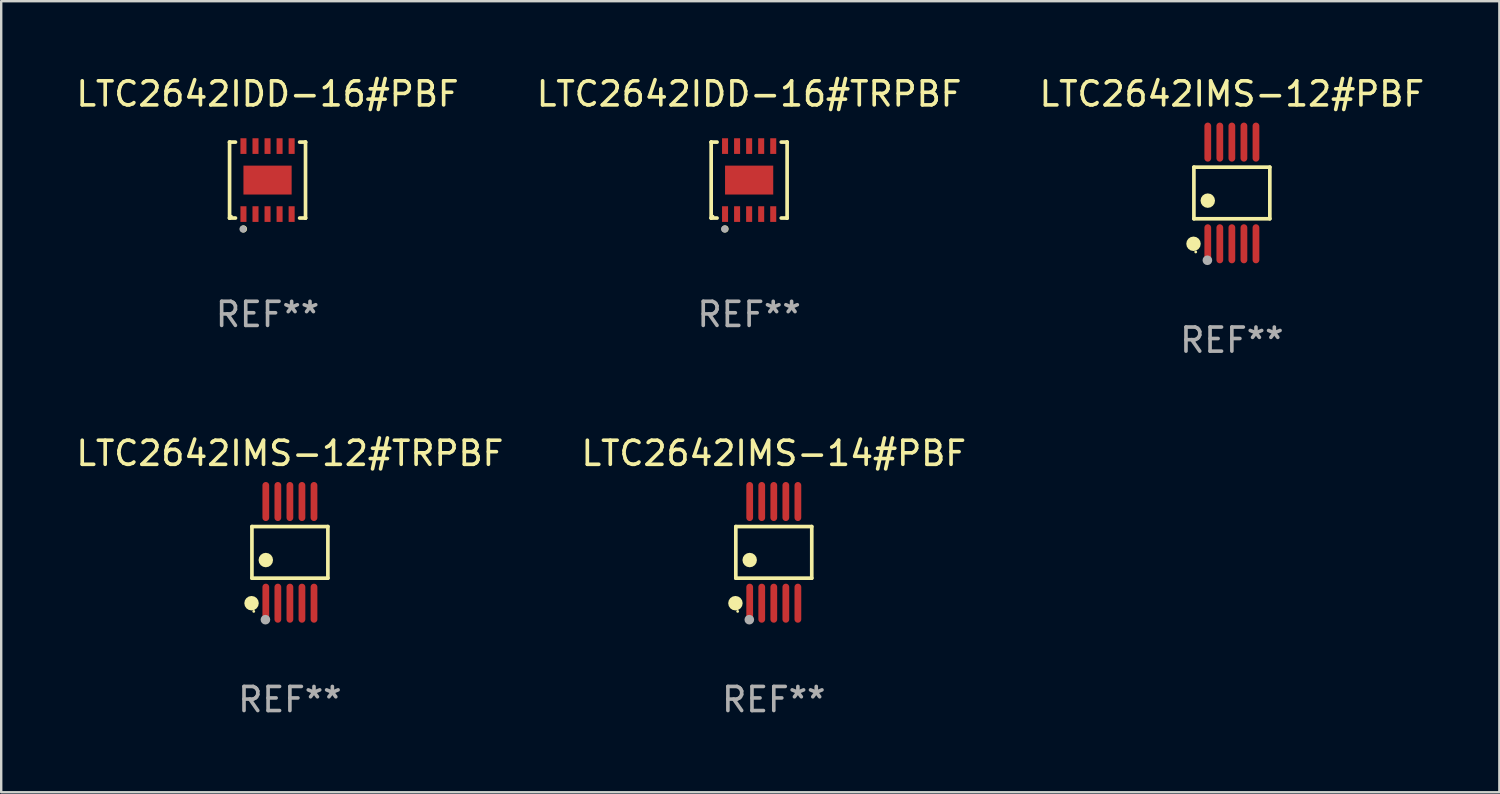
<source format=kicad_pcb>
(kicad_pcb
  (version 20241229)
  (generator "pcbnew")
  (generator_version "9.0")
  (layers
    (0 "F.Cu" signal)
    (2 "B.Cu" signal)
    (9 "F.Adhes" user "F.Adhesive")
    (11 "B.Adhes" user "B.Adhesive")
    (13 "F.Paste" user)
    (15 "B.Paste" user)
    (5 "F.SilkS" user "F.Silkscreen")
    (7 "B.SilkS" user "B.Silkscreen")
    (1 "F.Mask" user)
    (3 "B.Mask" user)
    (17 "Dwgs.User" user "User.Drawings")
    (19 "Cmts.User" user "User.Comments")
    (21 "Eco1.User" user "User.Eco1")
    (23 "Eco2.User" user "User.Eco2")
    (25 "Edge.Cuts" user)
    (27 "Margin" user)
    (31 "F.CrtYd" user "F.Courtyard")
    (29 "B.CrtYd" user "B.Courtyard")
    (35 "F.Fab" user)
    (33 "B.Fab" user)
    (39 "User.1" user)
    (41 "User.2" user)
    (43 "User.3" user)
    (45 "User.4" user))
  (footprint "LTC2642IDD-16#TRPBF"
    (layer "F.Cu")
    (at 28.042 4.424)
    (property "Reference" "LTC2642IDD-16#TRPBF" (at 0 -3.576 0) (layer "F.SilkS") (effects (font (size 1 1) (thickness 0.15))))
    (attr through_hole)
    (fp_line (start -1.576 -1.576) (end -1.576 -1.576) (stroke (width 0.152) (type solid)) (layer "F.SilkS"))
    (fp_line (start -1.576 -1.576) (end -1.331 -1.576) (stroke (width 0.152) (type solid)) (layer "F.SilkS"))
    (fp_line (start -1.576 1.576) (end -1.576 -1.576) (stroke (width 0.152) (type solid)) (layer "F.SilkS"))
    (fp_line (start -1.576 1.576) (end -1.576 1.576) (stroke (width 0.152) (type solid)) (layer "F.SilkS"))
    (fp_line (start -1.331 1.576) (end -1.576 1.576) (stroke (width 0.152) (type solid)) (layer "F.SilkS"))
    (fp_line (start 1.331 1.576) (end 1.576 1.576) (stroke (width 0.152) (type solid)) (layer "F.SilkS"))
    (fp_line (start 1.576 -1.576) (end 1.331 -1.576) (stroke (width 0.152) (type solid)) (layer "F.SilkS"))
    (fp_line (start 1.576 -1.576) (end 1.576 -1.576) (stroke (width 0.152) (type solid)) (layer "F.SilkS"))
    (fp_line (start 1.576 1.576) (end 1.576 -1.576) (stroke (width 0.152) (type solid)) (layer "F.SilkS"))
    (fp_line (start 1.576 1.576) (end 1.576 1.576) (stroke (width 0.152) (type solid)) (layer "F.SilkS"))
    (fp_circle (center -1.5 1.5) (end -1.47 1.5) (stroke (width 0.06) (type solid)) (fill no) (layer "F.SilkS"))
    (fp_circle (center -1 2.028) (end -0.925 2.028) (stroke (width 0.15) (type solid)) (fill no) (layer "F.SilkS"))
    (fp_circle (center -1.016 2.032) (end -0.941 2.032) (stroke (width 0.15) (type solid)) (fill no) (layer "F.Fab"))
    (fp_text user "REF**" (at 0 5.576 0) (layer "F.Fab") (effects (font (size 1 1) (thickness 0.15))))
    (pad "1" smd rect (at -1 1.411) (size 0.25 0.65) (layers "F.Cu" "F.Mask" "F.Paste"))
    (pad "2" smd rect (at -0.5 1.411) (size 0.25 0.65) (layers "F.Cu" "F.Mask" "F.Paste"))
    (pad "3" smd rect (at 0 1.411) (size 0.25 0.65) (layers "F.Cu" "F.Mask" "F.Paste"))
    (pad "4" smd rect (at 0.5 1.411) (size 0.25 0.65) (layers "F.Cu" "F.Mask" "F.Paste"))
    (pad "5" smd rect (at 1 1.411) (size 0.25 0.65) (layers "F.Cu" "F.Mask" "F.Paste"))
    (pad "6" smd rect (at 1 -1.411) (size 0.25 0.65) (layers "F.Cu" "F.Mask" "F.Paste"))
    (pad "7" smd rect (at 0.5 -1.411) (size 0.25 0.65) (layers "F.Cu" "F.Mask" "F.Paste"))
    (pad "8" smd rect (at 0 -1.411) (size 0.25 0.65) (layers "F.Cu" "F.Mask" "F.Paste"))
    (pad "9" smd rect (at -0.5 -1.411) (size 0.25 0.65) (layers "F.Cu" "F.Mask" "F.Paste"))
    (pad "10" smd rect (at -1 -1.411) (size 0.25 0.65) (layers "F.Cu" "F.Mask" "F.Paste"))
    (pad "11" smd rect (at 0 0) (size 2 1.2) (layers "F.Cu" "F.Mask" "F.Paste")))
  (footprint "LTC2642IMS-14#PBF"
    (layer "F.Cu")
    (at 29.065 19.875)
    (property "Reference" "LTC2642IMS-14#PBF" (at 0 -4.11 0) (layer "F.SilkS") (effects (font (size 1 1) (thickness 0.15))))
    (attr through_hole)
    (fp_line (start -1.576 -1.071) (end 1.576 -1.071) (stroke (width 0.152) (type solid)) (layer "F.SilkS"))
    (fp_line (start -1.576 1.071) (end -1.576 -1.071) (stroke (width 0.152) (type solid)) (layer "F.SilkS"))
    (fp_line (start 1.576 -1.071) (end 1.576 1.071) (stroke (width 0.152) (type solid)) (layer "F.SilkS"))
    (fp_line (start 1.576 1.071) (end -1.576 1.071) (stroke (width 0.152) (type solid)) (layer "F.SilkS"))
    (fp_circle (center -1.592 2.11) (end -1.442 2.11) (stroke (width 0.3) (type solid)) (fill no) (layer "F.SilkS"))
    (fp_circle (center -1.5 2.45) (end -1.47 2.45) (stroke (width 0.06) (type solid)) (fill no) (layer "F.SilkS"))
    (fp_circle (center -1 0.319) (end -0.85 0.319) (stroke (width 0.3) (type solid)) (fill no) (layer "F.SilkS"))
    (fp_circle (center -1.016 2.794) (end -0.916 2.794) (stroke (width 0.2) (type solid)) (fill no) (layer "F.Fab"))
    (fp_text user "REF**" (at 0 6.11 0) (layer "F.Fab") (effects (font (size 1 1) (thickness 0.15))))
    (pad "1" smd oval (at -1 2.11) (size 0.28 1.62) (layers "F.Cu" "F.Mask" "F.Paste"))
    (pad "2" smd oval (at -0.5 2.11) (size 0.28 1.62) (layers "F.Cu" "F.Mask" "F.Paste"))
    (pad "3" smd oval (at 0 2.11) (size 0.28 1.62) (layers "F.Cu" "F.Mask" "F.Paste"))
    (pad "4" smd oval (at 0.5 2.11) (size 0.28 1.62) (layers "F.Cu" "F.Mask" "F.Paste"))
    (pad "5" smd oval (at 1 2.11) (size 0.28 1.62) (layers "F.Cu" "F.Mask" "F.Paste"))
    (pad "6" smd oval (at 1 -2.11) (size 0.28 1.62) (layers "F.Cu" "F.Mask" "F.Paste"))
    (pad "7" smd oval (at 0.5 -2.11) (size 0.28 1.62) (layers "F.Cu" "F.Mask" "F.Paste"))
    (pad "8" smd oval (at 0 -2.11) (size 0.28 1.62) (layers "F.Cu" "F.Mask" "F.Paste"))
    (pad "9" smd oval (at -0.5 -2.11) (size 0.28 1.62) (layers "F.Cu" "F.Mask" "F.Paste"))
    (pad "10" smd oval (at -1 -2.11) (size 0.28 1.62) (layers "F.Cu" "F.Mask" "F.Paste")))
  (footprint "LTC2642IMS-12#TRPBF"
    (layer "F.Cu")
    (at 8.982 19.875)
    (property "Reference" "LTC2642IMS-12#TRPBF" (at 0 -4.11 0) (layer "F.SilkS") (effects (font (size 1 1) (thickness 0.15))))
    (attr through_hole)
    (fp_line (start -1.576 -1.071) (end 1.576 -1.071) (stroke (width 0.152) (type solid)) (layer "F.SilkS"))
    (fp_line (start -1.576 1.071) (end -1.576 -1.071) (stroke (width 0.152) (type solid)) (layer "F.SilkS"))
    (fp_line (start 1.576 -1.071) (end 1.576 1.071) (stroke (width 0.152) (type solid)) (layer "F.SilkS"))
    (fp_line (start 1.576 1.071) (end -1.576 1.071) (stroke (width 0.152) (type solid)) (layer "F.SilkS"))
    (fp_circle (center -1.592 2.11) (end -1.442 2.11) (stroke (width 0.3) (type solid)) (fill no) (layer "F.SilkS"))
    (fp_circle (center -1.5 2.45) (end -1.47 2.45) (stroke (width 0.06) (type solid)) (fill no) (layer "F.SilkS"))
    (fp_circle (center -1 0.319) (end -0.85 0.319) (stroke (width 0.3) (type solid)) (fill no) (layer "F.SilkS"))
    (fp_circle (center -1.016 2.794) (end -0.916 2.794) (stroke (width 0.2) (type solid)) (fill no) (layer "F.Fab"))
    (fp_text user "REF**" (at 0 6.11 0) (layer "F.Fab") (effects (font (size 1 1) (thickness 0.15))))
    (pad "1" smd oval (at -1 2.11) (size 0.28 1.62) (layers "F.Cu" "F.Mask" "F.Paste"))
    (pad "2" smd oval (at -0.5 2.11) (size 0.28 1.62) (layers "F.Cu" "F.Mask" "F.Paste"))
    (pad "3" smd oval (at 0 2.11) (size 0.28 1.62) (layers "F.Cu" "F.Mask" "F.Paste"))
    (pad "4" smd oval (at 0.5 2.11) (size 0.28 1.62) (layers "F.Cu" "F.Mask" "F.Paste"))
    (pad "5" smd oval (at 1 2.11) (size 0.28 1.62) (layers "F.Cu" "F.Mask" "F.Paste"))
    (pad "6" smd oval (at 1 -2.11) (size 0.28 1.62) (layers "F.Cu" "F.Mask" "F.Paste"))
    (pad "7" smd oval (at 0.5 -2.11) (size 0.28 1.62) (layers "F.Cu" "F.Mask" "F.Paste"))
    (pad "8" smd oval (at 0 -2.11) (size 0.28 1.62) (layers "F.Cu" "F.Mask" "F.Paste"))
    (pad "9" smd oval (at -0.5 -2.11) (size 0.28 1.62) (layers "F.Cu" "F.Mask" "F.Paste"))
    (pad "10" smd oval (at -1 -2.11) (size 0.28 1.62) (layers "F.Cu" "F.Mask" "F.Paste")))
  (footprint "LTC2642IDD-16#PBF"
    (layer "F.Cu")
    (at 8.054 4.424)
    (property "Reference" "LTC2642IDD-16#PBF" (at 0 -3.576 0) (layer "F.SilkS") (effects (font (size 1 1) (thickness 0.15))))
    (attr through_hole)
    (fp_line (start -1.576 -1.576) (end -1.576 -1.576) (stroke (width 0.152) (type solid)) (layer "F.SilkS"))
    (fp_line (start -1.576 -1.576) (end -1.331 -1.576) (stroke (width 0.152) (type solid)) (layer "F.SilkS"))
    (fp_line (start -1.576 1.576) (end -1.576 -1.576) (stroke (width 0.152) (type solid)) (layer "F.SilkS"))
    (fp_line (start -1.576 1.576) (end -1.576 1.576) (stroke (width 0.152) (type solid)) (layer "F.SilkS"))
    (fp_line (start -1.331 1.576) (end -1.576 1.576) (stroke (width 0.152) (type solid)) (layer "F.SilkS"))
    (fp_line (start 1.331 1.576) (end 1.576 1.576) (stroke (width 0.152) (type solid)) (layer "F.SilkS"))
    (fp_line (start 1.576 -1.576) (end 1.331 -1.576) (stroke (width 0.152) (type solid)) (layer "F.SilkS"))
    (fp_line (start 1.576 -1.576) (end 1.576 -1.576) (stroke (width 0.152) (type solid)) (layer "F.SilkS"))
    (fp_line (start 1.576 1.576) (end 1.576 -1.576) (stroke (width 0.152) (type solid)) (layer "F.SilkS"))
    (fp_line (start 1.576 1.576) (end 1.576 1.576) (stroke (width 0.152) (type solid)) (layer "F.SilkS"))
    (fp_circle (center -1.5 1.5) (end -1.47 1.5) (stroke (width 0.06) (type solid)) (fill no) (layer "F.SilkS"))
    (fp_circle (center -1 2.028) (end -0.925 2.028) (stroke (width 0.15) (type solid)) (fill no) (layer "F.SilkS"))
    (fp_circle (center -1.016 2.032) (end -0.941 2.032) (stroke (width 0.15) (type solid)) (fill no) (layer "F.Fab"))
    (fp_text user "REF**" (at 0 5.576 0) (layer "F.Fab") (effects (font (size 1 1) (thickness 0.15))))
    (pad "1" smd rect (at -1 1.411) (size 0.25 0.65) (layers "F.Cu" "F.Mask" "F.Paste"))
    (pad "2" smd rect (at -0.5 1.411) (size 0.25 0.65) (layers "F.Cu" "F.Mask" "F.Paste"))
    (pad "3" smd rect (at 0 1.411) (size 0.25 0.65) (layers "F.Cu" "F.Mask" "F.Paste"))
    (pad "4" smd rect (at 0.5 1.411) (size 0.25 0.65) (layers "F.Cu" "F.Mask" "F.Paste"))
    (pad "5" smd rect (at 1 1.411) (size 0.25 0.65) (layers "F.Cu" "F.Mask" "F.Paste"))
    (pad "6" smd rect (at 1 -1.411) (size 0.25 0.65) (layers "F.Cu" "F.Mask" "F.Paste"))
    (pad "7" smd rect (at 0.5 -1.411) (size 0.25 0.65) (layers "F.Cu" "F.Mask" "F.Paste"))
    (pad "8" smd rect (at 0 -1.411) (size 0.25 0.65) (layers "F.Cu" "F.Mask" "F.Paste"))
    (pad "9" smd rect (at -0.5 -1.411) (size 0.25 0.65) (layers "F.Cu" "F.Mask" "F.Paste"))
    (pad "10" smd rect (at -1 -1.411) (size 0.25 0.65) (layers "F.Cu" "F.Mask" "F.Paste"))
    (pad "11" smd rect (at 0 0) (size 2 1.2) (layers "F.Cu" "F.Mask" "F.Paste")))
  (footprint "LTC2642IMS-12#PBF"
    (layer "F.Cu")
    (at 48.077 4.958)
    (property "Reference" "LTC2642IMS-12#PBF" (at 0 -4.11 0) (layer "F.SilkS") (effects (font (size 1 1) (thickness 0.15))))
    (attr through_hole)
    (fp_line (start -1.576 -1.071) (end 1.576 -1.071) (stroke (width 0.152) (type solid)) (layer "F.SilkS"))
    (fp_line (start -1.576 1.071) (end -1.576 -1.071) (stroke (width 0.152) (type solid)) (layer "F.SilkS"))
    (fp_line (start 1.576 -1.071) (end 1.576 1.071) (stroke (width 0.152) (type solid)) (layer "F.SilkS"))
    (fp_line (start 1.576 1.071) (end -1.576 1.071) (stroke (width 0.152) (type solid)) (layer "F.SilkS"))
    (fp_circle (center -1.592 2.11) (end -1.442 2.11) (stroke (width 0.3) (type solid)) (fill no) (layer "F.SilkS"))
    (fp_circle (center -1.5 2.45) (end -1.47 2.45) (stroke (width 0.06) (type solid)) (fill no) (layer "F.SilkS"))
    (fp_circle (center -1 0.319) (end -0.85 0.319) (stroke (width 0.3) (type solid)) (fill no) (layer "F.SilkS"))
    (fp_circle (center -1.016 2.794) (end -0.916 2.794) (stroke (width 0.2) (type solid)) (fill no) (layer "F.Fab"))
    (fp_text user "REF**" (at 0 6.11 0) (layer "F.Fab") (effects (font (size 1 1) (thickness 0.15))))
    (pad "1" smd oval (at -1 2.11) (size 0.28 1.62) (layers "F.Cu" "F.Mask" "F.Paste"))
    (pad "2" smd oval (at -0.5 2.11) (size 0.28 1.62) (layers "F.Cu" "F.Mask" "F.Paste"))
    (pad "3" smd oval (at 0 2.11) (size 0.28 1.62) (layers "F.Cu" "F.Mask" "F.Paste"))
    (pad "4" smd oval (at 0.5 2.11) (size 0.28 1.62) (layers "F.Cu" "F.Mask" "F.Paste"))
    (pad "5" smd oval (at 1 2.11) (size 0.28 1.62) (layers "F.Cu" "F.Mask" "F.Paste"))
    (pad "6" smd oval (at 1 -2.11) (size 0.28 1.62) (layers "F.Cu" "F.Mask" "F.Paste"))
    (pad "7" smd oval (at 0.5 -2.11) (size 0.28 1.62) (layers "F.Cu" "F.Mask" "F.Paste"))
    (pad "8" smd oval (at 0 -2.11) (size 0.28 1.62) (layers "F.Cu" "F.Mask" "F.Paste"))
    (pad "9" smd oval (at -0.5 -2.11) (size 0.28 1.62) (layers "F.Cu" "F.Mask" "F.Paste"))
    (pad "10" smd oval (at -1 -2.11) (size 0.28 1.62) (layers "F.Cu" "F.Mask" "F.Paste")))
  (gr_rect
    (start -3 -3)
    (end 59.179 29.833)
    (stroke (width 0.1) (type default))
    (fill no)
    (layer "Edge.Cuts")))
</source>
